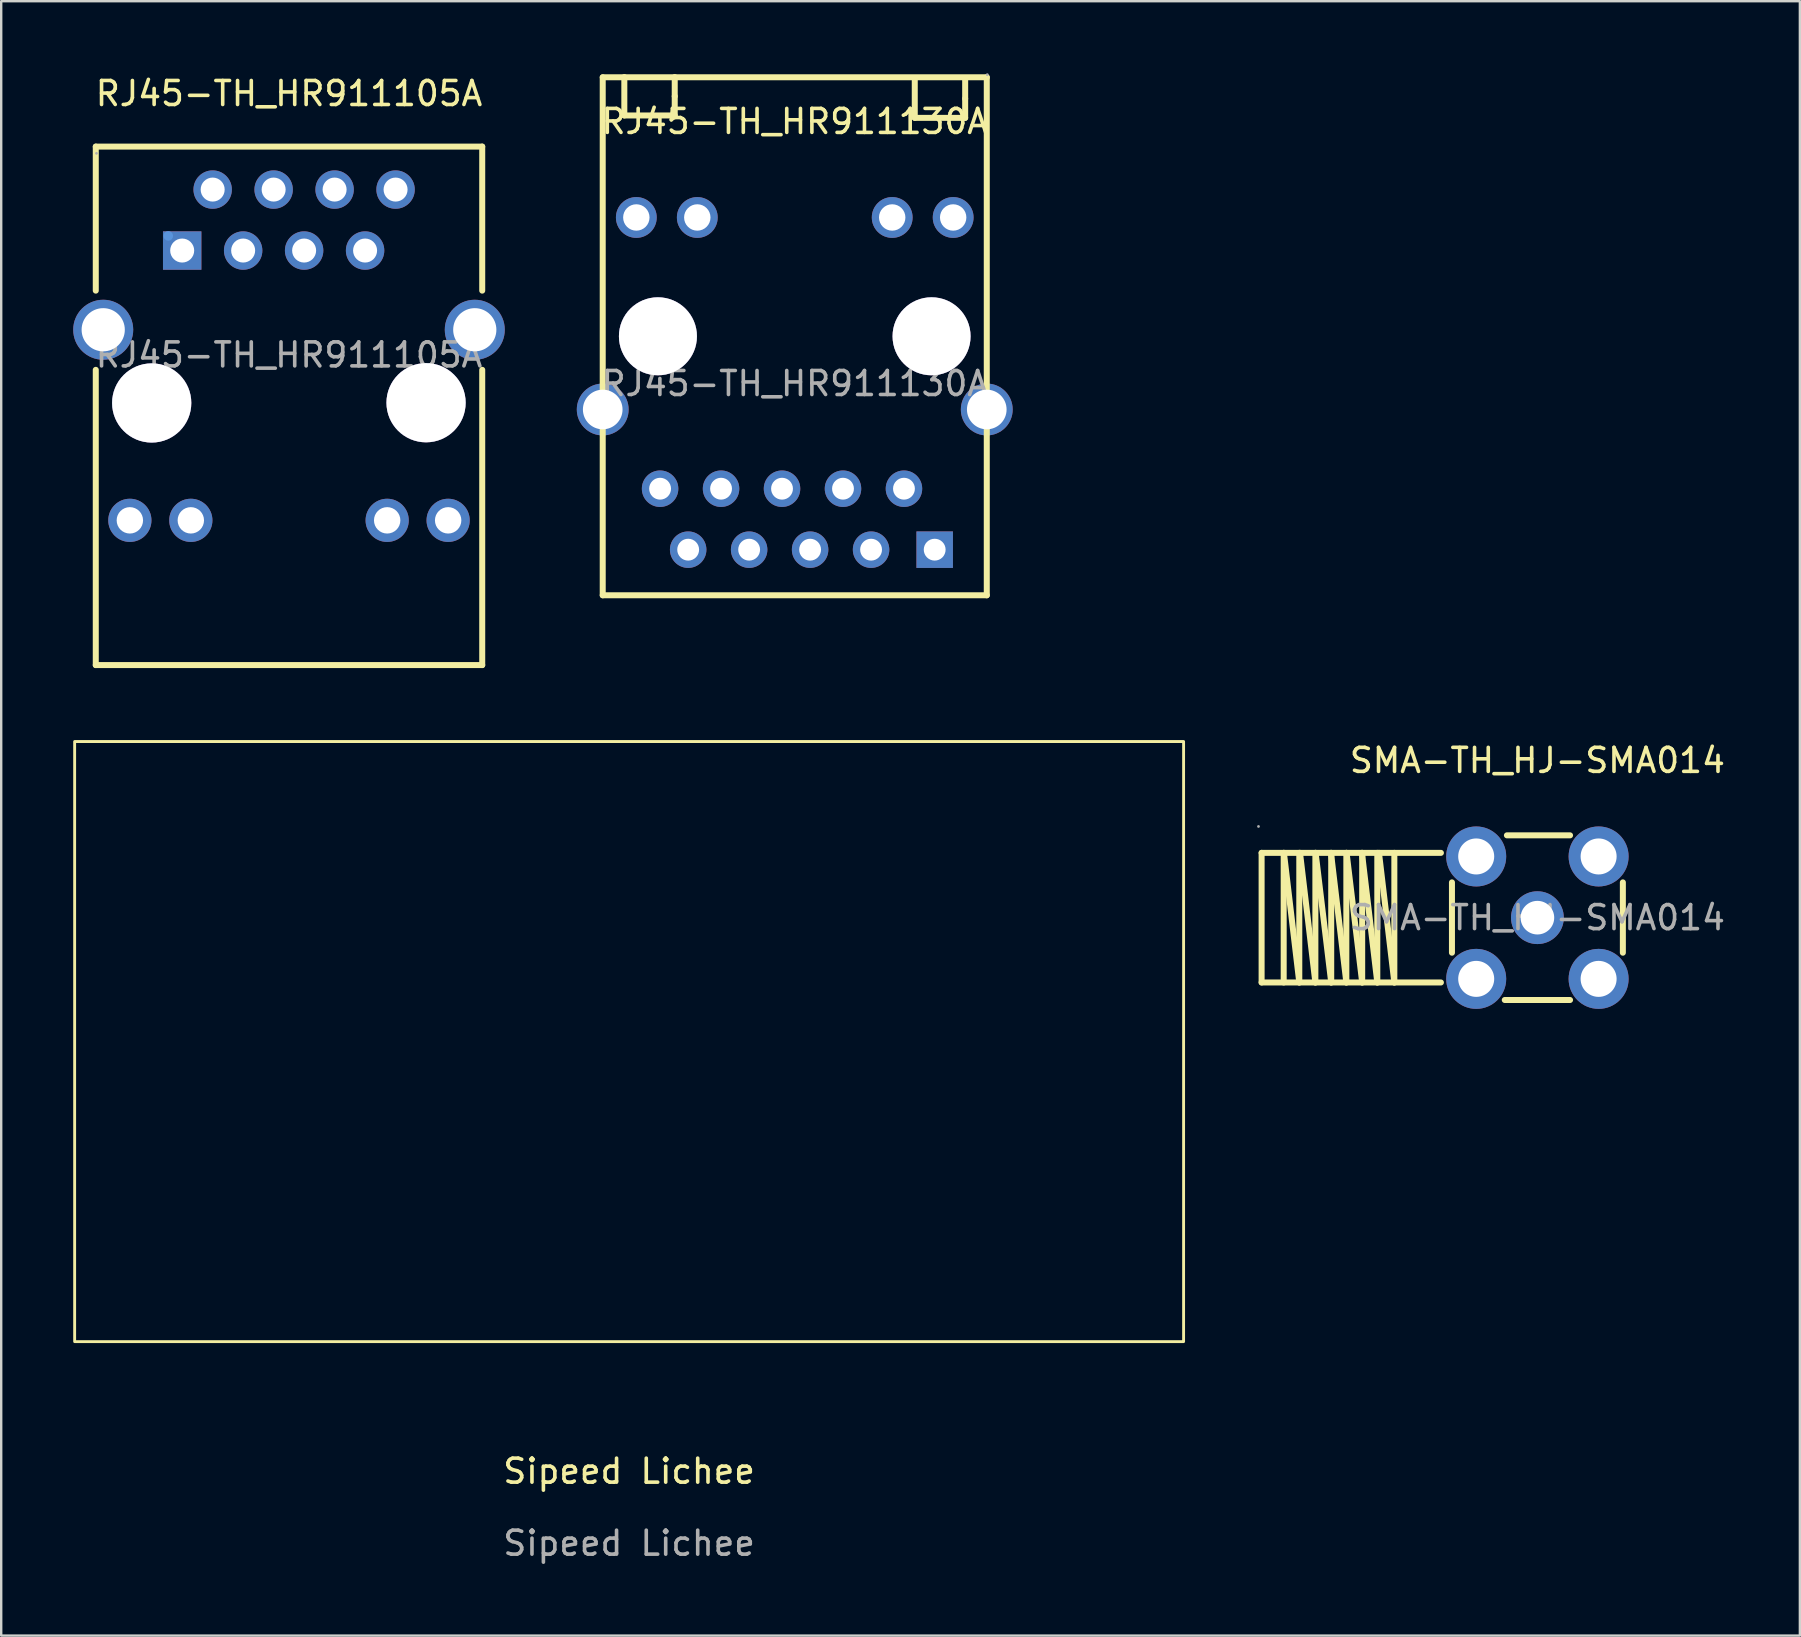
<source format=kicad_pcb>
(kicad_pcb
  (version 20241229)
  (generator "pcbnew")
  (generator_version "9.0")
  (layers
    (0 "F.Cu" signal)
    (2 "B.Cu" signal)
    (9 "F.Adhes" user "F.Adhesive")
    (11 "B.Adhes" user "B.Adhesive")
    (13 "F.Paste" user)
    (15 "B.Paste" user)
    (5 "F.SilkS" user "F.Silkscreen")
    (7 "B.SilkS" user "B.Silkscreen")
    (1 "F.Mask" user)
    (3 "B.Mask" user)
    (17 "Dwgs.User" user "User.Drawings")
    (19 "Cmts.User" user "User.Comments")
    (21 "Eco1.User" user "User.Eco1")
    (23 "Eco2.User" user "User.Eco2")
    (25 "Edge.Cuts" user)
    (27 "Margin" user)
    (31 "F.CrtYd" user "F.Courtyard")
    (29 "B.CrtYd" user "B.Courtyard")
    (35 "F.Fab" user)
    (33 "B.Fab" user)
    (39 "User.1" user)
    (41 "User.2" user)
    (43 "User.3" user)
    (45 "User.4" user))
  (footprint "SMA-TH_HJ-SMA014"
    (layer "F.Cu")
    (at 61 35.181)
    (property "Reference" "SMA-TH_HJ-SMA014" (at 0 -6.55 0) (layer "F.SilkS") (effects (font (size 1 1) (thickness 0.15))))
    (attr through_hole)
    (fp_line (start -11.49 -2.7) (end -11.49 2.7) (stroke (width 0.25) (type solid)) (layer "F.SilkS"))
    (fp_line (start -11.49 2.7) (end -4.02 2.7) (stroke (width 0.25) (type solid)) (layer "F.SilkS"))
    (fp_line (start -10.57 -2.7) (end -10.57 2.7) (stroke (width 0.25) (type solid)) (layer "F.SilkS"))
    (fp_line (start -9.92 -2.7) (end -9.92 2.7) (stroke (width 0.25) (type solid)) (layer "F.SilkS"))
    (fp_line (start -9.92 2.7) (end -10.56 -2.7) (stroke (width 0.25) (type solid)) (layer "F.SilkS"))
    (fp_line (start -9.25 -2.7) (end -9.25 2.7) (stroke (width 0.25) (type solid)) (layer "F.SilkS"))
    (fp_line (start -9.25 2.7) (end -9.89 -2.7) (stroke (width 0.25) (type solid)) (layer "F.SilkS"))
    (fp_line (start -8.59 -2.7) (end -8.59 2.7) (stroke (width 0.25) (type solid)) (layer "F.SilkS"))
    (fp_line (start -8.59 2.7) (end -9.24 -2.7) (stroke (width 0.25) (type solid)) (layer "F.SilkS"))
    (fp_line (start -7.96 -2.7) (end -7.96 2.7) (stroke (width 0.25) (type solid)) (layer "F.SilkS"))
    (fp_line (start -7.96 2.7) (end -8.6 -2.7) (stroke (width 0.25) (type solid)) (layer "F.SilkS"))
    (fp_line (start -7.3 -2.7) (end -7.3 2.7) (stroke (width 0.25) (type solid)) (layer "F.SilkS"))
    (fp_line (start -7.3 2.7) (end -7.95 -2.7) (stroke (width 0.25) (type solid)) (layer "F.SilkS"))
    (fp_line (start -6.67 -2.7) (end -6.67 2.7) (stroke (width 0.25) (type solid)) (layer "F.SilkS"))
    (fp_line (start -6.67 2.7) (end -7.31 -2.7) (stroke (width 0.25) (type solid)) (layer "F.SilkS"))
    (fp_line (start -5.96 -2.7) (end -5.96 2.7) (stroke (width 0.25) (type solid)) (layer "F.SilkS"))
    (fp_line (start -5.96 2.7) (end -6.6 -2.7) (stroke (width 0.25) (type solid)) (layer "F.SilkS"))
    (fp_line (start -4.02 -2.7) (end -11.49 -2.7) (stroke (width 0.25) (type solid)) (layer "F.SilkS"))
    (fp_line (start -3.56 -1.47) (end -3.56 1.46) (stroke (width 0.25) (type solid)) (layer "F.SilkS"))
    (fp_line (start -1.36 3.43) (end 1.36 3.43) (stroke (width 0.25) (type solid)) (layer "F.SilkS"))
    (fp_line (start 1.36 -3.43) (end -1.27 -3.43) (stroke (width 0.25) (type solid)) (layer "F.SilkS"))
    (fp_line (start 3.56 1.46) (end 3.56 -1.47) (stroke (width 0.25) (type solid)) (layer "F.SilkS"))
    (fp_circle (center -11.62 -3.8) (end -11.59 -3.8) (stroke (width 0.06) (type solid)) (fill no) (layer "F.Fab"))
    (fp_circle (center -2.55 -2.55) (end -2.22 -2.55) (stroke (width 0.65) (type solid)) (fill no) (layer "F.Fab"))
    (fp_circle (center -2.55 2.55) (end -2.22 2.55) (stroke (width 0.65) (type solid)) (fill no) (layer "F.Fab"))
    (fp_circle (center 0 0) (end 0.3 0) (stroke (width 0.6) (type solid)) (fill no) (layer "F.Fab"))
    (fp_circle (center 2.55 -2.55) (end 2.88 -2.55) (stroke (width 0.65) (type solid)) (fill no) (layer "F.Fab"))
    (fp_circle (center 2.55 2.55) (end 2.88 2.55) (stroke (width 0.65) (type solid)) (fill no) (layer "F.Fab"))
    (fp_text user "${REFERENCE}" (at 0 0 0) (layer "F.Fab") (effects (font (size 1 1) (thickness 0.15))))
    (pad "1" thru_hole circle (at 0 0) (size 2.2 2.2) (drill 1.4) (layers "*.Cu" "*.Paste" "*.Mask"))
    (pad "2" thru_hole circle (at -2.55 -2.55) (size 2.5 2.5) (drill 1.5) (layers "*.Cu" "*.Paste" "*.Mask"))
    (pad "3" thru_hole circle (at -2.55 2.55) (size 2.5 2.5) (drill 1.5) (layers "*.Cu" "*.Paste" "*.Mask"))
    (pad "4" thru_hole circle (at 2.55 2.55) (size 2.5 2.5) (drill 1.5) (layers "*.Cu" "*.Paste" "*.Mask"))
    (pad "5" thru_hole circle (at 2.55 -2.55) (size 2.5 2.5) (drill 1.5) (layers "*.Cu" "*.Paste" "*.Mask")))
  (footprint "Sipeed Lichee"
    (layer "F.Cu")
    (at 23.16 52.843)
    (property "Reference" "Sipeed Lichee" (at 0 5.4 0) (unlocked yes) (layer "F.SilkS") (effects (font (size 1 1) (thickness 0.15))))
    (fp_rect (start -23.1 -25) (end 23.1 0) (stroke (width 0.12) (type solid)) (fill no) (layer "F.SilkS"))
    (fp_text user "${REFERENCE}" (at 0 8.4 0) (unlocked yes) (layer "F.Fab") (effects (font (size 1 1) (thickness 0.15)))))
  (footprint "RJ45-TH_HR911105A"
    (layer "F.Cu")
    (at 8.99 11.738)
    (property "Reference" "RJ45-TH_HR911105A" (at 0 -10.89 0) (layer "F.SilkS") (effects (font (size 1 1) (thickness 0.15))))
    (attr through_hole)
    (fp_line (start -8.05 -8.68) (end -8.05 -2.68) (stroke (width 0.25) (type solid)) (layer "F.SilkS"))
    (fp_line (start -8.05 -8.68) (end 8.05 -8.68) (stroke (width 0.25) (type solid)) (layer "F.SilkS"))
    (fp_line (start -8.05 0.62) (end -8.05 12.92) (stroke (width 0.25) (type solid)) (layer "F.SilkS"))
    (fp_line (start -8.05 12.92) (end 8.05 12.92) (stroke (width 0.25) (type solid)) (layer "F.SilkS"))
    (fp_line (start 8.05 -8.68) (end 8.05 -2.68) (stroke (width 0.25) (type solid)) (layer "F.SilkS"))
    (fp_line (start 8.05 0.62) (end 8.05 12.92) (stroke (width 0.25) (type solid)) (layer "F.SilkS"))
    (fp_circle (center -5.72 1.99) (end -5.02 1.99) (stroke (width 1.4) (type solid)) (fill no) (layer "Cmts.User"))
    (fp_circle (center -5.03 -4.96) (end -4.93 -4.96) (stroke (width 0.2) (type solid)) (fill no) (layer "Cmts.User"))
    (fp_circle (center 5.71 1.99) (end 6.41 1.99) (stroke (width 1.4) (type solid)) (fill no) (layer "Cmts.User"))
    (fp_circle (center -8.02 -8.4) (end -7.99 -8.4) (stroke (width 0.06) (type solid)) (fill no) (layer "F.Fab"))
    (fp_text user "${REFERENCE}" (at 0 0 0) (layer "F.Fab") (effects (font (size 1 1) (thickness 0.15))))
    (pad "" thru_hole circle (at -5.72 2) (size 3.3 3.3) (drill 3.3) (layers "*.Cu" "*.Mask"))
    (pad "" thru_hole circle (at 5.71 1.99) (size 3.3 3.3) (drill 3.3) (layers "*.Cu" "*.Mask"))
    (pad "1" thru_hole rect (at -4.45 -4.35) (size 1.6 1.6) (drill 1) (layers "*.Cu" "*.Paste" "*.Mask"))
    (pad "2" thru_hole circle (at -3.18 -6.89) (size 1.6 1.6) (drill 1) (layers "*.Cu" "*.Paste" "*.Mask"))
    (pad "3" thru_hole circle (at -1.91 -4.35) (size 1.6 1.6) (drill 1) (layers "*.Cu" "*.Paste" "*.Mask"))
    (pad "4" thru_hole circle (at -0.64 -6.89) (size 1.6 1.6) (drill 1) (layers "*.Cu" "*.Paste" "*.Mask"))
    (pad "5" thru_hole circle (at 0.63 -4.35) (size 1.6 1.6) (drill 1) (layers "*.Cu" "*.Paste" "*.Mask"))
    (pad "6" thru_hole circle (at 1.9 -6.89) (size 1.6 1.6) (drill 1) (layers "*.Cu" "*.Paste" "*.Mask"))
    (pad "7" thru_hole circle (at 3.17 -4.35) (size 1.6 1.6) (drill 1) (layers "*.Cu" "*.Paste" "*.Mask"))
    (pad "8" thru_hole circle (at 4.44 -6.89) (size 1.6 1.6) (drill 1) (layers "*.Cu" "*.Paste" "*.Mask"))
    (pad "9" thru_hole circle (at -6.63 6.89) (size 1.8 1.8) (drill 1.1) (layers "*.Cu" "*.Paste" "*.Mask"))
    (pad "10" thru_hole circle (at -4.09 6.89) (size 1.8 1.8) (drill 1.1) (layers "*.Cu" "*.Paste" "*.Mask"))
    (pad "11" thru_hole circle (at 4.09 6.89) (size 1.8 1.8) (drill 1.1) (layers "*.Cu" "*.Paste" "*.Mask"))
    (pad "12" thru_hole circle (at 6.63 6.89) (size 1.8 1.8) (drill 1.1) (layers "*.Cu" "*.Paste" "*.Mask"))
    (pad "SH1" thru_hole circle (at -7.74 -1.05) (size 2.5 2.5) (drill 1.8) (layers "*.Cu" "*.Paste" "*.Mask"))
    (pad "SH2" thru_hole circle (at 7.74 -1.05) (size 2.5 2.5) (drill 1.8) (layers "*.Cu" "*.Paste" "*.Mask")))
  (footprint "RJ45-TH_HR911130A"
    (layer "F.Cu")
    (at 30.06 12.93)
    (property "Reference" "RJ45-TH_HR911130A" (at 0 -10.92 0) (layer "F.SilkS") (effects (font (size 1 1) (thickness 0.15))))
    (attr through_hole)
    (fp_line (start -8 -12.76) (end 8 -12.76) (stroke (width 0.25) (type solid)) (layer "F.SilkS"))
    (fp_line (start -8 8.82) (end -8 -12.76) (stroke (width 0.25) (type solid)) (layer "F.SilkS"))
    (fp_line (start -7.1 -12.77) (end -7.1 -11.17) (stroke (width 0.25) (type solid)) (layer "F.SilkS"))
    (fp_line (start -7.1 -11.17) (end -5 -11.17) (stroke (width 0.25) (type solid)) (layer "F.SilkS"))
    (fp_line (start -5 -11.97) (end -5 -12.77) (stroke (width 0.25) (type solid)) (layer "F.SilkS"))
    (fp_line (start -5 -11.17) (end -5 -11.97) (stroke (width 0.25) (type solid)) (layer "F.SilkS"))
    (fp_line (start 5 -12.67) (end 5 -11.07) (stroke (width 0.25) (type solid)) (layer "F.SilkS"))
    (fp_line (start 5 -11.07) (end 7.1 -11.07) (stroke (width 0.25) (type solid)) (layer "F.SilkS"))
    (fp_line (start 7.1 -11.87) (end 7.1 -12.67) (stroke (width 0.25) (type solid)) (layer "F.SilkS"))
    (fp_line (start 7.1 -11.07) (end 7.1 -11.87) (stroke (width 0.25) (type solid)) (layer "F.SilkS"))
    (fp_line (start 8 -12.76) (end 8 8.82) (stroke (width 0.25) (type solid)) (layer "F.SilkS"))
    (fp_line (start 8 8.82) (end -8 8.82) (stroke (width 0.25) (type solid)) (layer "F.SilkS"))
    (fp_circle (center -5.7 -1.97) (end -4.95 -1.97) (stroke (width 1.5) (type solid)) (fill no) (layer "Cmts.User"))
    (fp_circle (center 5.7 -1.97) (end 6.45 -1.97) (stroke (width 1.5) (type solid)) (fill no) (layer "Cmts.User"))
    (fp_circle (center 8.02 -12.87) (end 8.05 -12.87) (stroke (width 0.06) (type solid)) (fill no) (layer "F.Fab"))
    (fp_text user "${REFERENCE}" (at 0 0 0) (layer "F.Fab") (effects (font (size 1 1) (thickness 0.15))))
    (pad "" thru_hole circle (at -5.7 -1.97) (size 3.25 3.25) (drill 3.25) (layers "*.Cu" "*.Mask"))
    (pad "" thru_hole circle (at 5.7 -1.97) (size 3.25 3.25) (drill 3.25) (layers "*.Cu" "*.Mask"))
    (pad "11" thru_hole circle (at 6.6 -6.92 180) (size 1.7 1.7) (drill 1.1) (layers "*.Cu" "*.Paste" "*.Mask"))
    (pad "12" thru_hole circle (at 4.06 -6.92 180) (size 1.7 1.7) (drill 1.1) (layers "*.Cu" "*.Paste" "*.Mask"))
    (pad "13" thru_hole circle (at -4.06 -6.92 180) (size 1.7 1.7) (drill 1.1) (layers "*.Cu" "*.Paste" "*.Mask"))
    (pad "14" thru_hole circle (at -6.6 -6.92 180) (size 1.7 1.7) (drill 1.1) (layers "*.Cu" "*.Paste" "*.Mask"))
    (pad "P1" thru_hole rect (at 5.83 6.92 180) (size 1.52 1.52) (drill 0.91) (layers "*.Cu" "*.Paste" "*.Mask"))
    (pad "P2" thru_hole circle (at 4.55 4.38 180) (size 1.52 1.52) (drill 0.91) (layers "*.Cu" "*.Paste" "*.Mask"))
    (pad "P3" thru_hole circle (at 3.18 6.92 180) (size 1.52 1.52) (drill 0.91) (layers "*.Cu" "*.Paste" "*.Mask"))
    (pad "P4" thru_hole circle (at 2.01 4.38 180) (size 1.52 1.52) (drill 0.91) (layers "*.Cu" "*.Paste" "*.Mask"))
    (pad "P5" thru_hole circle (at 0.64 6.92 180) (size 1.52 1.52) (drill 0.91) (layers "*.Cu" "*.Paste" "*.Mask"))
    (pad "P6" thru_hole circle (at -0.53 4.38 180) (size 1.52 1.52) (drill 0.91) (layers "*.Cu" "*.Paste" "*.Mask"))
    (pad "P7" thru_hole circle (at -1.9 6.92 180) (size 1.52 1.52) (drill 0.91) (layers "*.Cu" "*.Paste" "*.Mask"))
    (pad "P8" thru_hole circle (at -3.07 4.38 180) (size 1.52 1.52) (drill 0.91) (layers "*.Cu" "*.Paste" "*.Mask"))
    (pad "P9" thru_hole circle (at -4.44 6.92 180) (size 1.52 1.52) (drill 0.91) (layers "*.Cu" "*.Paste" "*.Mask"))
    (pad "P10" thru_hole circle (at -5.61 4.38 180) (size 1.52 1.52) (drill 0.91) (layers "*.Cu" "*.Paste" "*.Mask"))
    (pad "SHIELD0" thru_hole circle (at -8 1.08 180) (size 2.16 2.16) (drill 1.651) (layers "*.Cu" "*.Paste" "*.Mask"))
    (pad "SHIELD1" thru_hole circle (at 8 1.08 180) (size 2.16 2.16) (drill 1.651) (layers "*.Cu" "*.Paste" "*.Mask")))
  (gr_rect
    (start -3 -3)
    (end 71.935 65.091)
    (stroke (width 0.1) (type default))
    (fill no)
    (layer "Edge.Cuts")))
</source>
